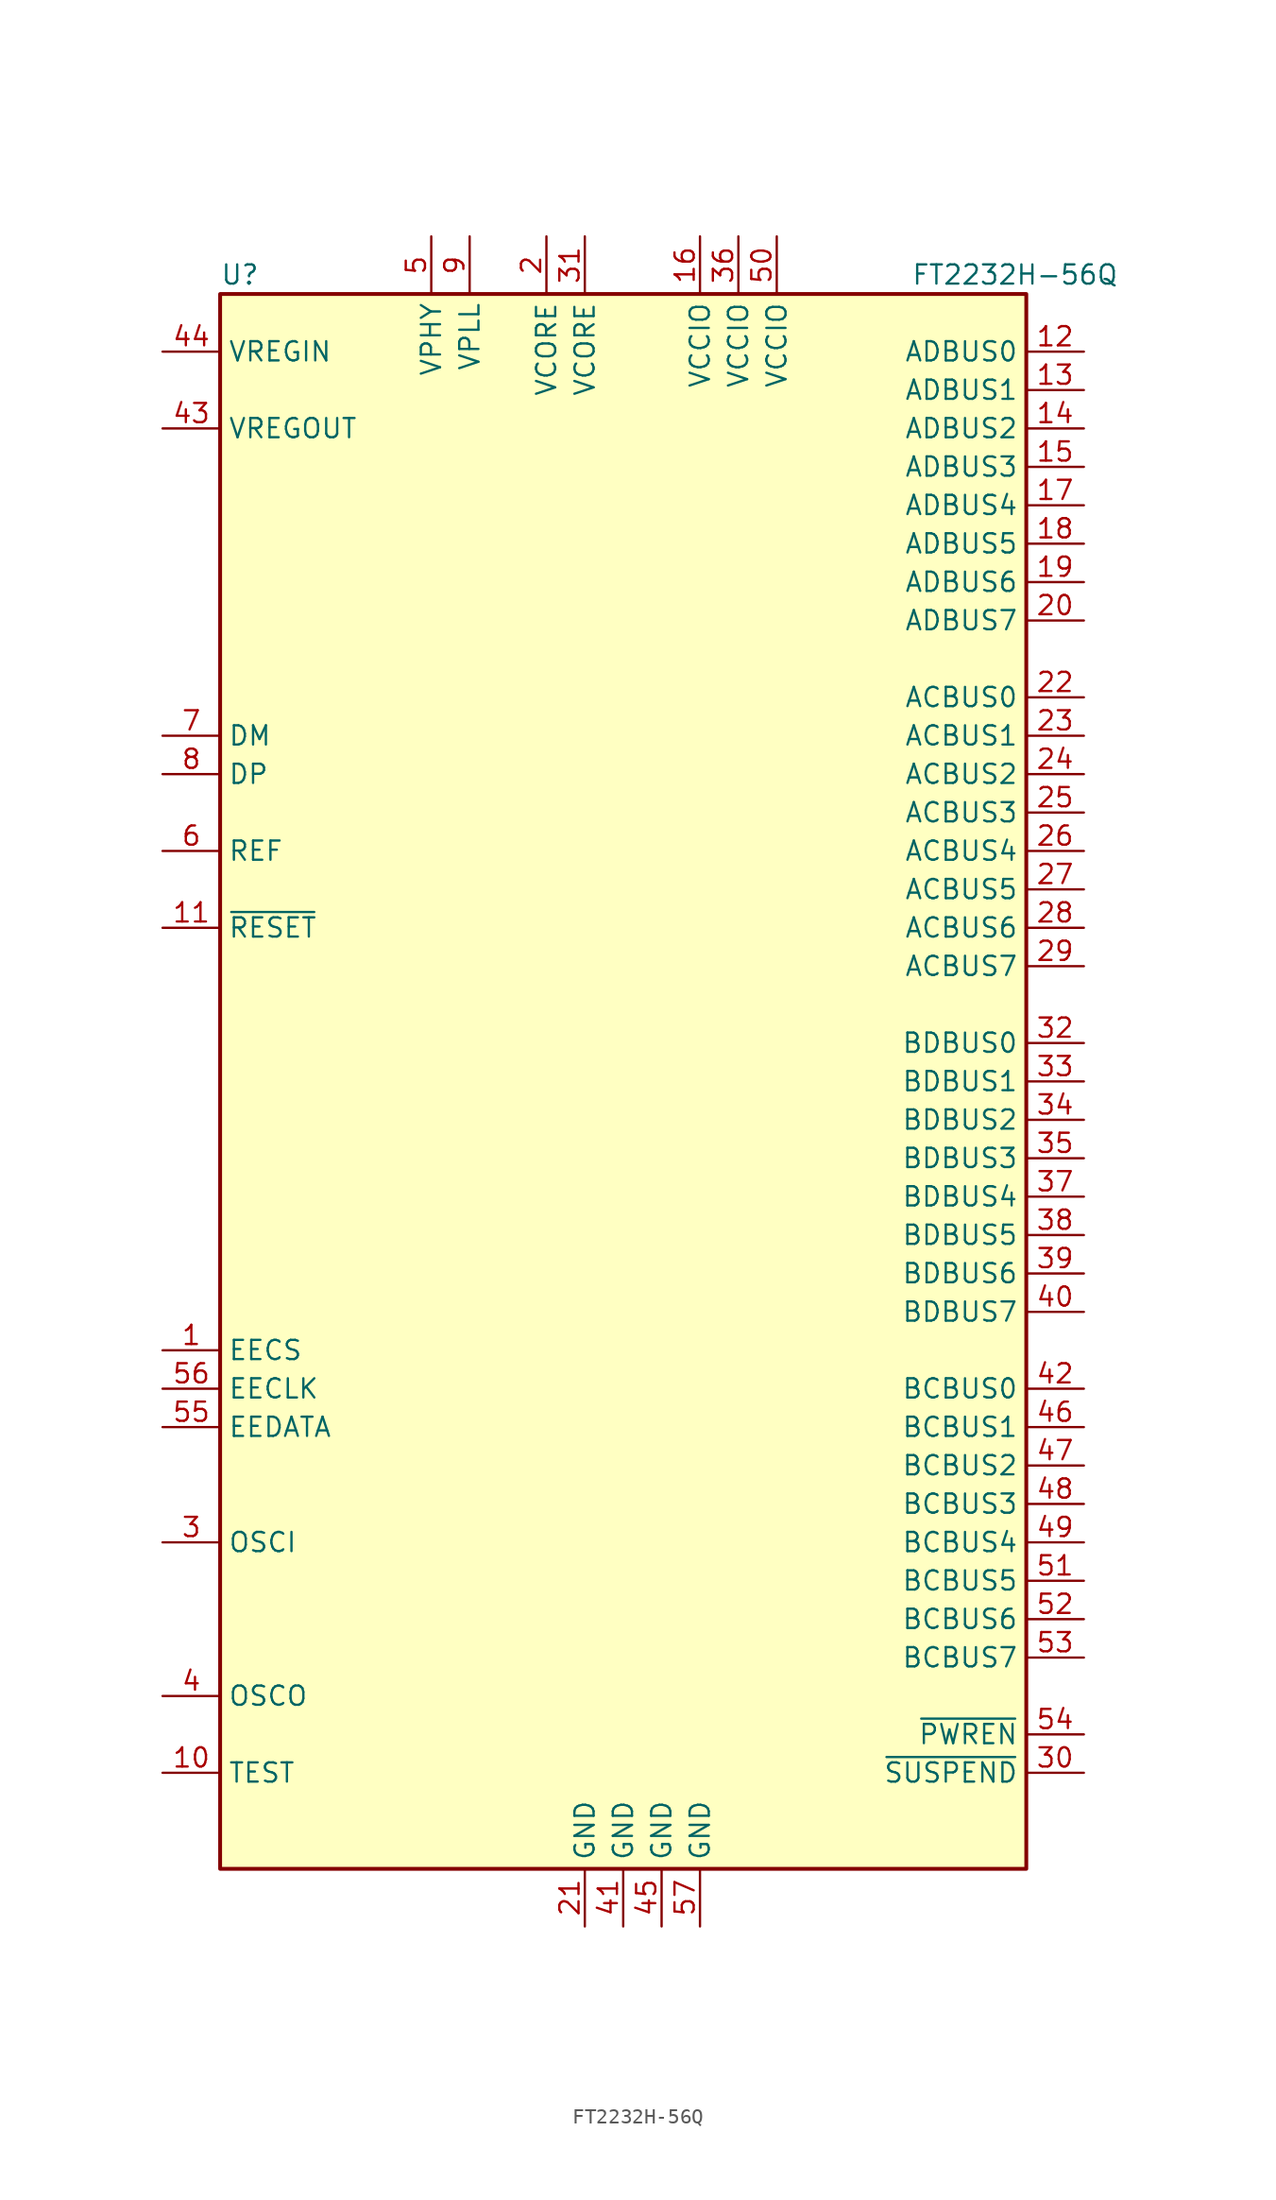
<source format=kicad_sym>
(kicad_symbol_lib
  (version 20211014)
  (generator kicad_symbol_editor)
  (symbol "FT2232H-56Q"
    (property "Reference" "U"
      (at -26.67 53.34 0)
      (effects (font (size 1.27 1.27)) (justify left)))
    (property "Value" "FT2232H-56Q"
      (at 19.05 53.34 0)
      (effects (font (size 1.27 1.27)) (justify left)))
    (symbol "FT2232H-56Q_0_1"
      (rectangle (start -26.67 -52.07) (end 26.67 52.07) (stroke (width 0.254) (type default) (color 0 0 0 0)) (fill (type background))))
    (symbol "FT2232H-56Q_1_1"
      (pin output line (at -30.48 -17.78 0) (length 3.81) (name "EECS" (effects (font (size 1.27 1.27)))) (number "1" (effects (font (size 1.27 1.27)))))
      (pin input line (at -30.48 -45.72 0) (length 3.81) (name "TEST" (effects (font (size 1.27 1.27)))) (number "10" (effects (font (size 1.27 1.27)))))
      (pin input line (at -30.48 10.16 0) (length 3.81) (name "~{RESET}" (effects (font (size 1.27 1.27)))) (number "11" (effects (font (size 1.27 1.27)))))
      (pin bidirectional line (at 30.48 48.26 180) (length 3.81) (name "ADBUS0" (effects (font (size 1.27 1.27)))) (number "12" (effects (font (size 1.27 1.27)))))
      (pin bidirectional line (at 30.48 45.72 180) (length 3.81) (name "ADBUS1" (effects (font (size 1.27 1.27)))) (number "13" (effects (font (size 1.27 1.27)))))
      (pin bidirectional line (at 30.48 43.18 180) (length 3.81) (name "ADBUS2" (effects (font (size 1.27 1.27)))) (number "14" (effects (font (size 1.27 1.27)))))
      (pin bidirectional line (at 30.48 40.64 180) (length 3.81) (name "ADBUS3" (effects (font (size 1.27 1.27)))) (number "15" (effects (font (size 1.27 1.27)))))
      (pin power_in line (at 5.08 55.88 270) (length 3.81) (name "VCCIO" (effects (font (size 1.27 1.27)))) (number "16" (effects (font (size 1.27 1.27)))))
      (pin bidirectional line (at 30.48 38.1 180) (length 3.81) (name "ADBUS4" (effects (font (size 1.27 1.27)))) (number "17" (effects (font (size 1.27 1.27)))))
      (pin bidirectional line (at 30.48 35.56 180) (length 3.81) (name "ADBUS5" (effects (font (size 1.27 1.27)))) (number "18" (effects (font (size 1.27 1.27)))))
      (pin bidirectional line (at 30.48 33.02 180) (length 3.81) (name "ADBUS6" (effects (font (size 1.27 1.27)))) (number "19" (effects (font (size 1.27 1.27)))))
      (pin power_in line (at -5.08 55.88 270) (length 3.81) (name "VCORE" (effects (font (size 1.27 1.27)))) (number "2" (effects (font (size 1.27 1.27)))))
      (pin bidirectional line (at 30.48 30.48 180) (length 3.81) (name "ADBUS7" (effects (font (size 1.27 1.27)))) (number "20" (effects (font (size 1.27 1.27)))))
      (pin power_in line (at -2.54 -55.88 90) (length 3.81) (name "GND" (effects (font (size 1.27 1.27)))) (number "21" (effects (font (size 1.27 1.27)))))
      (pin bidirectional line (at 30.48 25.4 180) (length 3.81) (name "ACBUS0" (effects (font (size 1.27 1.27)))) (number "22" (effects (font (size 1.27 1.27)))))
      (pin bidirectional line (at 30.48 22.86 180) (length 3.81) (name "ACBUS1" (effects (font (size 1.27 1.27)))) (number "23" (effects (font (size 1.27 1.27)))))
      (pin bidirectional line (at 30.48 20.32 180) (length 3.81) (name "ACBUS2" (effects (font (size 1.27 1.27)))) (number "24" (effects (font (size 1.27 1.27)))))
      (pin bidirectional line (at 30.48 17.78 180) (length 3.81) (name "ACBUS3" (effects (font (size 1.27 1.27)))) (number "25" (effects (font (size 1.27 1.27)))))
      (pin bidirectional line (at 30.48 15.24 180) (length 3.81) (name "ACBUS4" (effects (font (size 1.27 1.27)))) (number "26" (effects (font (size 1.27 1.27)))))
      (pin bidirectional line (at 30.48 12.7 180) (length 3.81) (name "ACBUS5" (effects (font (size 1.27 1.27)))) (number "27" (effects (font (size 1.27 1.27)))))
      (pin bidirectional line (at 30.48 10.16 180) (length 3.81) (name "ACBUS6" (effects (font (size 1.27 1.27)))) (number "28" (effects (font (size 1.27 1.27)))))
      (pin bidirectional line (at 30.48 7.62 180) (length 3.81) (name "ACBUS7" (effects (font (size 1.27 1.27)))) (number "29" (effects (font (size 1.27 1.27)))))
      (pin input line (at -30.48 -30.48 0) (length 3.81) (name "OSCI" (effects (font (size 1.27 1.27)))) (number "3" (effects (font (size 1.27 1.27)))))
      (pin output line (at 30.48 -45.72 180) (length 3.81) (name "~{SUSPEND}" (effects (font (size 1.27 1.27)))) (number "30" (effects (font (size 1.27 1.27)))))
      (pin power_in line (at -2.54 55.88 270) (length 3.81) (name "VCORE" (effects (font (size 1.27 1.27)))) (number "31" (effects (font (size 1.27 1.27)))))
      (pin bidirectional line (at 30.48 2.54 180) (length 3.81) (name "BDBUS0" (effects (font (size 1.27 1.27)))) (number "32" (effects (font (size 1.27 1.27)))))
      (pin bidirectional line (at 30.48 0 180) (length 3.81) (name "BDBUS1" (effects (font (size 1.27 1.27)))) (number "33" (effects (font (size 1.27 1.27)))))
      (pin bidirectional line (at 30.48 -2.54 180) (length 3.81) (name "BDBUS2" (effects (font (size 1.27 1.27)))) (number "34" (effects (font (size 1.27 1.27)))))
      (pin bidirectional line (at 30.48 -5.08 180) (length 3.81) (name "BDBUS3" (effects (font (size 1.27 1.27)))) (number "35" (effects (font (size 1.27 1.27)))))
      (pin power_in line (at 7.62 55.88 270) (length 3.81) (name "VCCIO" (effects (font (size 1.27 1.27)))) (number "36" (effects (font (size 1.27 1.27)))))
      (pin bidirectional line (at 30.48 -7.62 180) (length 3.81) (name "BDBUS4" (effects (font (size 1.27 1.27)))) (number "37" (effects (font (size 1.27 1.27)))))
      (pin bidirectional line (at 30.48 -10.16 180) (length 3.81) (name "BDBUS5" (effects (font (size 1.27 1.27)))) (number "38" (effects (font (size 1.27 1.27)))))
      (pin bidirectional line (at 30.48 -12.7 180) (length 3.81) (name "BDBUS6" (effects (font (size 1.27 1.27)))) (number "39" (effects (font (size 1.27 1.27)))))
      (pin output line (at -30.48 -40.64 0) (length 3.81) (name "OSCO" (effects (font (size 1.27 1.27)))) (number "4" (effects (font (size 1.27 1.27)))))
      (pin bidirectional line (at 30.48 -15.24 180) (length 3.81) (name "BDBUS7" (effects (font (size 1.27 1.27)))) (number "40" (effects (font (size 1.27 1.27)))))
      (pin power_in line (at 0 -55.88 90) (length 3.81) (name "GND" (effects (font (size 1.27 1.27)))) (number "41" (effects (font (size 1.27 1.27)))))
      (pin bidirectional line (at 30.48 -20.32 180) (length 3.81) (name "BCBUS0" (effects (font (size 1.27 1.27)))) (number "42" (effects (font (size 1.27 1.27)))))
      (pin power_out line (at -30.48 43.18 0) (length 3.81) (name "VREGOUT" (effects (font (size 1.27 1.27)))) (number "43" (effects (font (size 1.27 1.27)))))
      (pin power_in line (at -30.48 48.26 0) (length 3.81) (name "VREGIN" (effects (font (size 1.27 1.27)))) (number "44" (effects (font (size 1.27 1.27)))))
      (pin power_in line (at 2.54 -55.88 90) (length 3.81) (name "GND" (effects (font (size 1.27 1.27)))) (number "45" (effects (font (size 1.27 1.27)))))
      (pin bidirectional line (at 30.48 -22.86 180) (length 3.81) (name "BCBUS1" (effects (font (size 1.27 1.27)))) (number "46" (effects (font (size 1.27 1.27)))))
      (pin bidirectional line (at 30.48 -25.4 180) (length 3.81) (name "BCBUS2" (effects (font (size 1.27 1.27)))) (number "47" (effects (font (size 1.27 1.27)))))
      (pin bidirectional line (at 30.48 -27.94 180) (length 3.81) (name "BCBUS3" (effects (font (size 1.27 1.27)))) (number "48" (effects (font (size 1.27 1.27)))))
      (pin bidirectional line (at 30.48 -30.48 180) (length 3.81) (name "BCBUS4" (effects (font (size 1.27 1.27)))) (number "49" (effects (font (size 1.27 1.27)))))
      (pin power_in line (at -12.7 55.88 270) (length 3.81) (name "VPHY" (effects (font (size 1.27 1.27)))) (number "5" (effects (font (size 1.27 1.27)))))
      (pin power_in line (at 10.16 55.88 270) (length 3.81) (name "VCCIO" (effects (font (size 1.27 1.27)))) (number "50" (effects (font (size 1.27 1.27)))))
      (pin bidirectional line (at 30.48 -33.02 180) (length 3.81) (name "BCBUS5" (effects (font (size 1.27 1.27)))) (number "51" (effects (font (size 1.27 1.27)))))
      (pin bidirectional line (at 30.48 -35.56 180) (length 3.81) (name "BCBUS6" (effects (font (size 1.27 1.27)))) (number "52" (effects (font (size 1.27 1.27)))))
      (pin bidirectional line (at 30.48 -38.1 180) (length 3.81) (name "BCBUS7" (effects (font (size 1.27 1.27)))) (number "53" (effects (font (size 1.27 1.27)))))
      (pin output line (at 30.48 -43.18 180) (length 3.81) (name "~{PWREN}" (effects (font (size 1.27 1.27)))) (number "54" (effects (font (size 1.27 1.27)))))
      (pin bidirectional line (at -30.48 -22.86 0) (length 3.81) (name "EEDATA" (effects (font (size 1.27 1.27)))) (number "55" (effects (font (size 1.27 1.27)))))
      (pin output line (at -30.48 -20.32 0) (length 3.81) (name "EECLK" (effects (font (size 1.27 1.27)))) (number "56" (effects (font (size 1.27 1.27)))))
      (pin power_in line (at 5.08 -55.88 90) (length 3.81) (name "GND" (effects (font (size 1.27 1.27)))) (number "57" (effects (font (size 1.27 1.27)))))
      (pin output line (at -30.48 15.24 0) (length 3.81) (name "REF" (effects (font (size 1.27 1.27)))) (number "6" (effects (font (size 1.27 1.27)))))
      (pin bidirectional line (at -30.48 22.86 0) (length 3.81) (name "DM" (effects (font (size 1.27 1.27)))) (number "7" (effects (font (size 1.27 1.27)))))
      (pin bidirectional line (at -30.48 20.32 0) (length 3.81) (name "DP" (effects (font (size 1.27 1.27)))) (number "8" (effects (font (size 1.27 1.27)))))
      (pin input line (at -10.16 55.88 270) (length 3.81) (name "VPLL" (effects (font (size 1.27 1.27)))) (number "9" (effects (font (size 1.27 1.27))))))))
</source>
